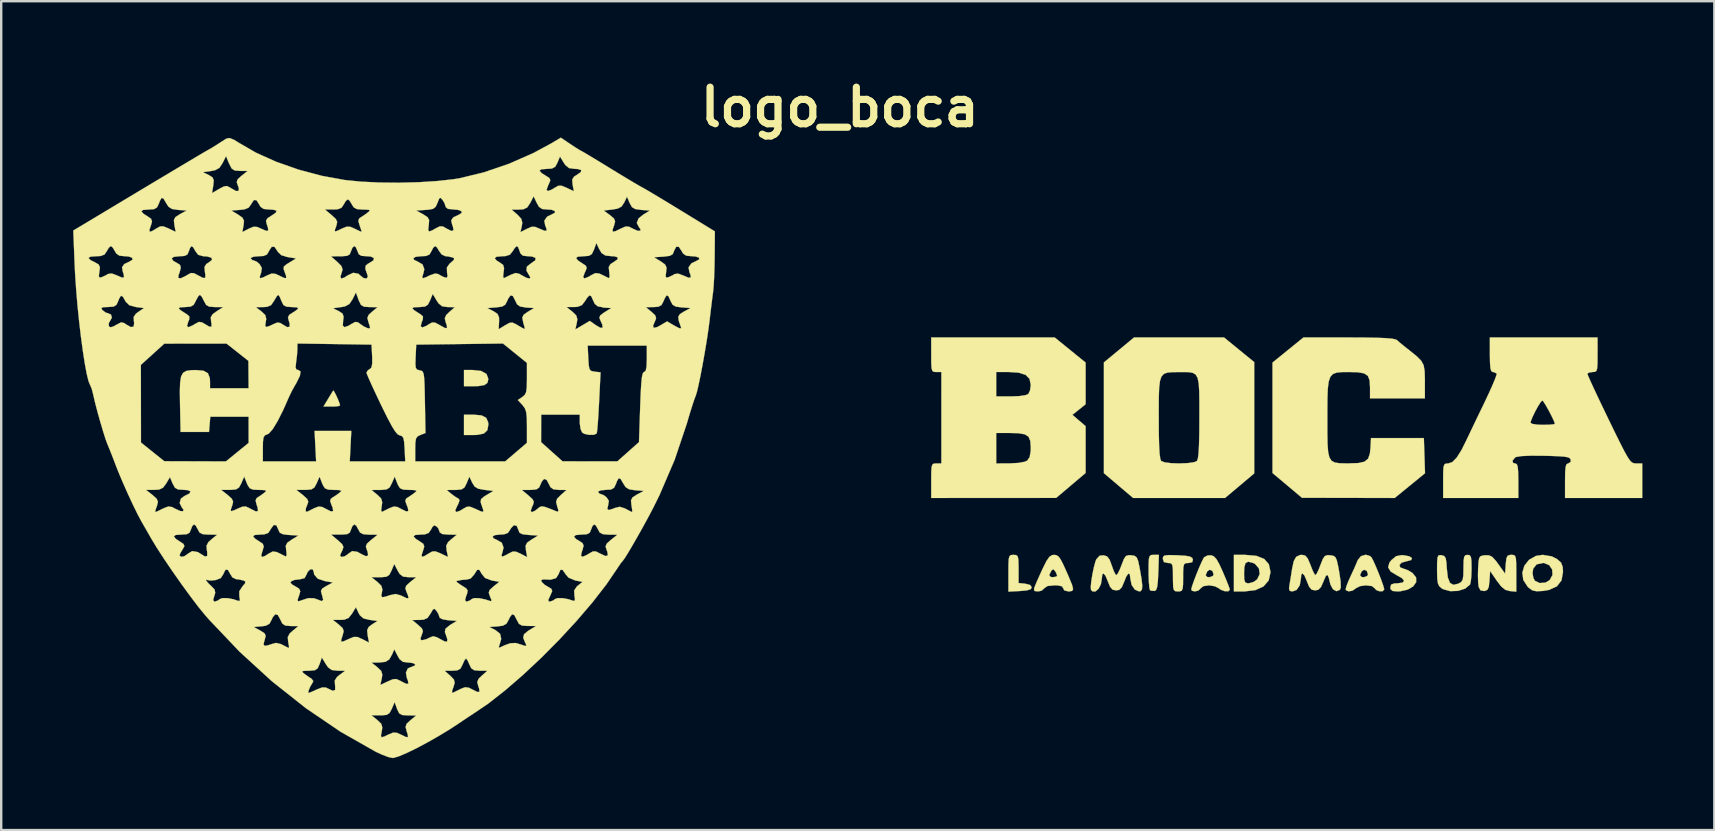
<source format=kicad_pcb>
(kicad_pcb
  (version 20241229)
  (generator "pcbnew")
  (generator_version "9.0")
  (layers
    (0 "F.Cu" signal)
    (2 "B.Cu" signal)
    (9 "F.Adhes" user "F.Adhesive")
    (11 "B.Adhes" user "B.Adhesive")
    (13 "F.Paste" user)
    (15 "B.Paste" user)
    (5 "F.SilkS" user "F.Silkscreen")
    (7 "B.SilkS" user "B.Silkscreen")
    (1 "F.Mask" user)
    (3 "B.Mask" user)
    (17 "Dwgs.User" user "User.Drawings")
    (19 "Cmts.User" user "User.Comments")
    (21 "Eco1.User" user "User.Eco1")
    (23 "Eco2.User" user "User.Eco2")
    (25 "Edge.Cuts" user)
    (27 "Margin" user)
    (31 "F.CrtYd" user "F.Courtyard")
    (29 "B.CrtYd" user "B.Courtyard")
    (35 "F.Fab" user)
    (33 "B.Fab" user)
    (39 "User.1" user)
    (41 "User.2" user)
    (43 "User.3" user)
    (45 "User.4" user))
  (footprint "logo_boca"
    (layer "F.Cu")
    (at 32.2 13.418)
    (property "Reference" "logo_boca" (at -0.25 -12 0) (layer "F.SilkS") (effects (font (size 1.524 1.524) (thickness 0.3))))
    (attr through_hole)
    (fp_poly (pts (xy -15.198 -1.007) (xy -14.974 -0.883) (xy -14.897 -0.677) (xy -14.897 -0.673) (xy -14.934 -0.514) (xy -15.062 -0.42) (xy -15.311 -0.377) (xy -15.539 -0.371) (xy -15.913 -0.371) (xy -15.913 -1.048) (xy -15.569 -1.048) (xy -15.198 -1.007)) (stroke (width 0.01) (type solid)) (fill yes) (layer "F.SilkS"))
    (fp_poly (pts (xy -15.178 0.845) (xy -14.985 0.946) (xy -14.904 1.134) (xy -14.897 1.238) (xy -14.94 1.467) (xy -15.086 1.601) (xy -15.358 1.657) (xy -15.507 1.661) (xy -15.913 1.661) (xy -15.913 0.815) (xy -15.507 0.815) (xy -15.178 0.845)) (stroke (width 0.01) (type solid)) (fill yes) (layer "F.SilkS"))
    (fp_poly (pts (xy -21.319 -0.145) (xy -21.243 0.002) (xy -21.159 0.188) (xy -21.096 0.354) (xy -21.078 0.431) (xy -21.153 0.459) (xy -21.342 0.475) (xy -21.424 0.476) (xy -21.769 0.476) (xy -21.578 0.159) (xy -21.456 -0.042) (xy -21.375 -0.173) (xy -21.361 -0.193) (xy -21.319 -0.145)) (stroke (width 0.01) (type solid)) (fill yes) (layer "F.SilkS"))
    (fp_poly (pts (xy 13.025 7.397) (xy 13.006 7.768) (xy 12.977 8) (xy 12.931 8.122) (xy 12.869 8.161) (xy 12.719 8.151) (xy 12.679 8.127) (xy 12.651 8.02) (xy 12.631 7.788) (xy 12.62 7.474) (xy 12.619 7.362) (xy 12.621 7.018) (xy 12.634 6.809) (xy 12.668 6.702) (xy 12.733 6.662) (xy 12.834 6.657) (xy 13.049 6.657) (xy 13.025 7.397)) (stroke (width 0.01) (type solid)) (fill yes) (layer "F.SilkS"))
    (fp_poly (pts (xy 7.1 6.665) (xy 7.163 6.717) (xy 7.192 6.847) (xy 7.2 7.094) (xy 7.201 7.244) (xy 7.201 7.831) (xy 7.476 7.858) (xy 7.687 7.914) (xy 7.751 8.011) (xy 7.704 8.09) (xy 7.544 8.138) (xy 7.264 8.164) (xy 6.777 8.189) (xy 6.777 7.423) (xy 6.779 7.061) (xy 6.79 6.836) (xy 6.819 6.715) (xy 6.876 6.666) (xy 6.969 6.657) (xy 6.989 6.657) (xy 7.1 6.665)) (stroke (width 0.01) (type solid)) (fill yes) (layer "F.SilkS"))
    (fp_poly (pts (xy 17.112 6.698) (xy 17.438 6.827) (xy 17.632 7.048) (xy 17.699 7.366) (xy 17.699 7.389) (xy 17.626 7.721) (xy 17.412 7.97) (xy 17.07 8.126) (xy 16.612 8.181) (xy 16.603 8.181) (xy 16.175 8.181) (xy 16.175 7.424) (xy 16.599 7.424) (xy 16.606 7.674) (xy 16.643 7.798) (xy 16.728 7.839) (xy 16.797 7.842) (xy 17.006 7.781) (xy 17.146 7.676) (xy 17.251 7.453) (xy 17.216 7.22) (xy 17.057 7.035) (xy 16.97 6.992) (xy 16.774 6.943) (xy 16.66 6.997) (xy 16.609 7.178) (xy 16.599 7.424) (xy 16.175 7.424) (xy 16.175 6.657) (xy 16.645 6.657) (xy 17.112 6.698)) (stroke (width 0.01) (type solid)) (fill yes) (layer "F.SilkS"))
    (fp_poly (pts (xy 13.708 6.67) (xy 13.825 6.674) (xy 14.153 6.694) (xy 14.346 6.728) (xy 14.44 6.786) (xy 14.466 6.847) (xy 14.442 6.961) (xy 14.29 6.995) (xy 14.277 6.995) (xy 14.163 7.003) (xy 14.098 7.052) (xy 14.068 7.178) (xy 14.059 7.419) (xy 14.059 7.588) (xy 14.056 7.898) (xy 14.037 8.075) (xy 13.991 8.157) (xy 13.903 8.18) (xy 13.847 8.181) (xy 13.736 8.172) (xy 13.673 8.121) (xy 13.644 7.992) (xy 13.636 7.746) (xy 13.635 7.588) (xy 13.632 7.278) (xy 13.614 7.101) (xy 13.568 7.019) (xy 13.48 6.996) (xy 13.424 6.995) (xy 13.258 6.956) (xy 13.212 6.822) (xy 13.225 6.733) (xy 13.288 6.684) (xy 13.437 6.666) (xy 13.708 6.67)) (stroke (width 0.01) (type solid)) (fill yes) (layer "F.SilkS"))
    (fp_poly (pts (xy 23.26 6.673) (xy 23.494 6.72) (xy 23.598 6.796) (xy 23.561 6.873) (xy 23.375 6.924) (xy 23.356 6.926) (xy 23.161 6.984) (xy 23.074 7.083) (xy 23.109 7.181) (xy 23.245 7.232) (xy 23.437 7.301) (xy 23.617 7.411) (xy 23.768 7.598) (xy 23.772 7.792) (xy 23.649 7.969) (xy 23.42 8.105) (xy 23.103 8.176) (xy 22.987 8.181) (xy 22.784 8.161) (xy 22.704 8.085) (xy 22.695 8.011) (xy 22.727 7.896) (xy 22.854 7.848) (xy 22.998 7.842) (xy 23.21 7.812) (xy 23.266 7.732) (xy 23.168 7.619) (xy 22.98 7.516) (xy 22.708 7.352) (xy 22.602 7.176) (xy 22.658 6.977) (xy 22.742 6.871) (xy 22.938 6.711) (xy 23.163 6.668) (xy 23.26 6.673)) (stroke (width 0.01) (type solid)) (fill yes) (layer "F.SilkS"))
    (fp_poly (pts (xy 29.423 6.72) (xy 29.645 6.832) (xy 29.809 6.98) (xy 29.879 7.159) (xy 29.891 7.367) (xy 29.829 7.72) (xy 29.637 7.968) (xy 29.312 8.117) (xy 29.054 8.161) (xy 28.783 8.174) (xy 28.607 8.133) (xy 28.454 8.02) (xy 28.416 7.983) (xy 28.235 7.702) (xy 28.199 7.419) (xy 28.621 7.419) (xy 28.658 7.625) (xy 28.723 7.74) (xy 28.92 7.832) (xy 29.159 7.813) (xy 29.335 7.709) (xy 29.453 7.495) (xy 29.44 7.27) (xy 29.316 7.086) (xy 29.1 6.997) (xy 29.059 6.995) (xy 28.793 7.053) (xy 28.65 7.229) (xy 28.621 7.419) (xy 28.199 7.419) (xy 28.196 7.398) (xy 28.282 7.106) (xy 28.477 6.862) (xy 28.762 6.701) (xy 29.046 6.657) (xy 29.423 6.72)) (stroke (width 0.01) (type solid)) (fill yes) (layer "F.SilkS"))
    (fp_poly (pts (xy 27.835 6.663) (xy 27.896 6.704) (xy 27.928 6.813) (xy 27.941 7.021) (xy 27.944 7.361) (xy 27.944 7.424) (xy 27.944 8.191) (xy 27.676 8.165) (xy 27.488 8.114) (xy 27.319 7.978) (xy 27.131 7.734) (xy 26.853 7.329) (xy 26.827 7.734) (xy 26.799 7.985) (xy 26.742 8.112) (xy 26.634 8.162) (xy 26.613 8.165) (xy 26.452 8.137) (xy 26.376 7.993) (xy 26.354 7.805) (xy 26.346 7.516) (xy 26.352 7.247) (xy 26.369 6.952) (xy 26.399 6.786) (xy 26.462 6.709) (xy 26.579 6.68) (xy 26.644 6.673) (xy 26.811 6.676) (xy 26.946 6.745) (xy 27.096 6.91) (xy 27.195 7.044) (xy 27.478 7.44) (xy 27.504 7.048) (xy 27.53 6.808) (xy 27.582 6.693) (xy 27.687 6.658) (xy 27.737 6.657) (xy 27.835 6.663)) (stroke (width 0.01) (type solid)) (fill yes) (layer "F.SilkS"))
    (fp_poly (pts (xy 26.002 6.673) (xy 26.053 6.747) (xy 26.075 6.915) (xy 26.08 7.214) (xy 26.08 7.228) (xy 26.071 7.532) (xy 26.047 7.772) (xy 26.017 7.893) (xy 25.813 8.063) (xy 25.516 8.158) (xy 25.19 8.169) (xy 24.898 8.089) (xy 24.83 8.049) (xy 24.732 7.961) (xy 24.676 7.839) (xy 24.649 7.638) (xy 24.642 7.317) (xy 24.642 7.281) (xy 24.645 6.958) (xy 24.66 6.771) (xy 24.699 6.684) (xy 24.772 6.666) (xy 24.832 6.672) (xy 24.939 6.705) (xy 25 6.791) (xy 25.032 6.973) (xy 25.048 7.221) (xy 25.09 7.599) (xy 25.179 7.823) (xy 25.322 7.906) (xy 25.53 7.858) (xy 25.534 7.856) (xy 25.647 7.789) (xy 25.71 7.689) (xy 25.737 7.51) (xy 25.743 7.209) (xy 25.748 6.91) (xy 25.771 6.744) (xy 25.824 6.672) (xy 25.912 6.657) (xy 26.002 6.673)) (stroke (width 0.01) (type solid)) (fill yes) (layer "F.SilkS"))
    (fp_poly (pts (xy 15.336 6.716) (xy 15.445 6.83) (xy 15.568 7.046) (xy 15.715 7.369) (xy 15.847 7.681) (xy 15.948 7.933) (xy 16.001 8.086) (xy 16.006 8.11) (xy 15.941 8.174) (xy 15.792 8.171) (xy 15.626 8.109) (xy 15.552 8.054) (xy 15.383 7.966) (xy 15.147 7.927) (xy 15.132 7.927) (xy 14.896 7.963) (xy 14.79 8.054) (xy 14.695 8.144) (xy 14.549 8.18) (xy 14.427 8.153) (xy 14.397 8.097) (xy 14.429 7.968) (xy 14.51 7.736) (xy 14.598 7.506) (xy 14.997 7.506) (xy 15.063 7.579) (xy 15.159 7.588) (xy 15.297 7.537) (xy 15.329 7.466) (xy 15.277 7.322) (xy 15.164 7.277) (xy 15.066 7.344) (xy 14.997 7.506) (xy 14.598 7.506) (xy 14.62 7.449) (xy 14.739 7.159) (xy 14.848 6.915) (xy 14.926 6.767) (xy 14.933 6.758) (xy 15.076 6.682) (xy 15.221 6.674) (xy 15.336 6.716)) (stroke (width 0.01) (type solid)) (fill yes) (layer "F.SilkS"))
    (fp_poly (pts (xy 21.858 6.712) (xy 21.909 6.763) (xy 21.98 6.893) (xy 22.085 7.126) (xy 22.204 7.413) (xy 22.316 7.702) (xy 22.401 7.944) (xy 22.44 8.088) (xy 22.441 8.097) (xy 22.378 8.17) (xy 22.24 8.174) (xy 22.102 8.12) (xy 22.048 8.054) (xy 21.923 7.957) (xy 21.68 7.927) (xy 21.435 7.96) (xy 21.266 8.042) (xy 21.255 8.054) (xy 21.116 8.15) (xy 20.957 8.178) (xy 20.847 8.132) (xy 20.832 8.083) (xy 20.866 7.958) (xy 20.954 7.736) (xy 21.044 7.537) (xy 21.058 7.506) (xy 21.431 7.506) (xy 21.498 7.579) (xy 21.594 7.588) (xy 21.731 7.537) (xy 21.763 7.466) (xy 21.711 7.322) (xy 21.599 7.277) (xy 21.501 7.344) (xy 21.431 7.506) (xy 21.058 7.506) (xy 21.177 7.249) (xy 21.29 6.991) (xy 21.338 6.872) (xy 21.473 6.709) (xy 21.669 6.651) (xy 21.858 6.712)) (stroke (width 0.01) (type solid)) (fill yes) (layer "F.SilkS"))
    (fp_poly (pts (xy 8.774 6.668) (xy 8.86 6.721) (xy 8.95 6.839) (xy 9.06 7.05) (xy 9.208 7.377) (xy 9.311 7.616) (xy 9.43 7.906) (xy 9.473 8.076) (xy 9.44 8.156) (xy 9.328 8.18) (xy 9.275 8.181) (xy 9.105 8.137) (xy 9.063 8.054) (xy 9.012 7.969) (xy 8.84 7.931) (xy 8.691 7.927) (xy 8.409 7.955) (xy 8.276 8.042) (xy 8.271 8.054) (xy 8.158 8.151) (xy 8.01 8.181) (xy 7.862 8.162) (xy 7.843 8.073) (xy 7.876 7.974) (xy 7.951 7.794) (xy 8.073 7.52) (xy 8.082 7.5) (xy 8.478 7.5) (xy 8.535 7.577) (xy 8.64 7.588) (xy 8.777 7.561) (xy 8.808 7.524) (xy 8.765 7.406) (xy 8.723 7.334) (xy 8.644 7.25) (xy 8.568 7.317) (xy 8.557 7.334) (xy 8.478 7.5) (xy 8.082 7.5) (xy 8.214 7.212) (xy 8.364 6.913) (xy 8.482 6.742) (xy 8.593 6.668) (xy 8.674 6.657) (xy 8.774 6.668)) (stroke (width 0.01) (type solid)) (fill yes) (layer "F.SilkS"))
    (fp_poly (pts (xy 16.394 -1.889) (xy 17.022 -1.376) (xy 17.022 3.262) (xy 15.805 4.286) (xy 11.976 4.286) (xy 11.366 3.769) (xy 10.757 3.252) (xy 10.757 0.652) (xy 13.043 0.652) (xy 13.043 0.955) (xy 13.046 1.604) (xy 13.058 2.096) (xy 13.078 2.443) (xy 13.108 2.656) (xy 13.144 2.745) (xy 13.286 2.8) (xy 13.561 2.836) (xy 13.889 2.847) (xy 14.253 2.833) (xy 14.515 2.795) (xy 14.634 2.745) (xy 14.673 2.645) (xy 14.702 2.423) (xy 14.721 2.068) (xy 14.733 1.568) (xy 14.736 0.928) (xy 14.736 0.315) (xy 14.73 -0.149) (xy 14.709 -0.485) (xy 14.663 -0.713) (xy 14.583 -0.855) (xy 14.459 -0.93) (xy 14.282 -0.959) (xy 14.043 -0.962) (xy 13.874 -0.961) (xy 13.606 -0.958) (xy 13.403 -0.94) (xy 13.256 -0.885) (xy 13.155 -0.774) (xy 13.093 -0.585) (xy 13.059 -0.298) (xy 13.045 0.107) (xy 13.043 0.652) (xy 10.757 0.652) (xy 10.757 -1.364) (xy 11.385 -1.883) (xy 12.012 -2.403) (xy 15.765 -2.403) (xy 16.394 -1.889)) (stroke (width 0.01) (type solid)) (fill yes) (layer "F.SilkS"))
    (fp_poly (pts (xy 11.899 6.674) (xy 12.038 6.698) (xy 12.124 6.764) (xy 12.184 6.909) (xy 12.241 7.174) (xy 12.255 7.249) (xy 12.326 7.662) (xy 12.356 7.937) (xy 12.343 8.097) (xy 12.288 8.169) (xy 12.227 8.181) (xy 12.046 8.105) (xy 11.912 7.909) (xy 11.86 7.652) (xy 11.836 7.465) (xy 11.775 7.437) (xy 11.687 7.564) (xy 11.601 7.779) (xy 11.503 8.01) (xy 11.395 8.116) (xy 11.265 8.138) (xy 11.118 8.107) (xy 11.014 7.987) (xy 10.929 7.779) (xy 10.825 7.531) (xy 10.741 7.43) (xy 10.687 7.481) (xy 10.672 7.636) (xy 10.633 7.879) (xy 10.534 8.071) (xy 10.407 8.182) (xy 10.28 8.18) (xy 10.22 8.117) (xy 10.209 7.994) (xy 10.231 7.762) (xy 10.277 7.473) (xy 10.337 7.181) (xy 10.402 6.941) (xy 10.44 6.843) (xy 10.578 6.692) (xy 10.748 6.674) (xy 10.891 6.722) (xy 10.994 6.855) (xy 11.085 7.101) (xy 11.169 7.332) (xy 11.245 7.478) (xy 11.276 7.503) (xy 11.339 7.431) (xy 11.429 7.243) (xy 11.494 7.076) (xy 11.59 6.829) (xy 11.676 6.705) (xy 11.788 6.669) (xy 11.899 6.674)) (stroke (width 0.01) (type solid)) (fill yes) (layer "F.SilkS"))
    (fp_poly (pts (xy 19.149 6.688) (xy 19.251 6.805) (xy 19.355 7.047) (xy 19.367 7.08) (xy 19.46 7.316) (xy 19.54 7.47) (xy 19.573 7.503) (xy 19.631 7.431) (xy 19.718 7.244) (xy 19.783 7.076) (xy 19.881 6.828) (xy 19.967 6.705) (xy 20.079 6.668) (xy 20.191 6.674) (xy 20.318 6.695) (xy 20.402 6.75) (xy 20.461 6.874) (xy 20.515 7.105) (xy 20.563 7.363) (xy 20.621 7.758) (xy 20.63 8.005) (xy 20.593 8.115) (xy 20.446 8.171) (xy 20.301 8.088) (xy 20.199 7.895) (xy 20.192 7.867) (xy 20.126 7.598) (xy 20.069 7.489) (xy 20.007 7.535) (xy 19.922 7.73) (xy 19.912 7.757) (xy 19.805 7.997) (xy 19.696 8.111) (xy 19.56 8.138) (xy 19.414 8.107) (xy 19.31 7.984) (xy 19.226 7.779) (xy 19.122 7.531) (xy 19.038 7.43) (xy 18.984 7.481) (xy 18.969 7.636) (xy 18.92 7.925) (xy 18.788 8.119) (xy 18.618 8.181) (xy 18.502 8.158) (xy 18.472 8.056) (xy 18.492 7.905) (xy 18.537 7.641) (xy 18.586 7.327) (xy 18.598 7.249) (xy 18.667 6.925) (xy 18.77 6.739) (xy 18.929 6.663) (xy 19.019 6.657) (xy 19.149 6.688)) (stroke (width 0.01) (type solid)) (fill yes) (layer "F.SilkS"))
    (fp_poly (pts (xy 9.351 -1.88) (xy 9.995 -1.357) (xy 9.995 0.379) (xy 9.72 0.6) (xy 9.444 0.821) (xy 9.72 1.057) (xy 9.995 1.293) (xy 9.995 3.244) (xy 9.381 3.764) (xy 8.767 4.283) (xy 3.56 4.286) (xy 3.56 3.566) (xy 3.562 3.218) (xy 3.574 3.005) (xy 3.607 2.895) (xy 3.67 2.853) (xy 3.772 2.847) (xy 3.983 2.847) (xy 3.983 1.577) (xy 6.269 1.577) (xy 6.269 2.847) (xy 6.841 2.844) (xy 7.192 2.825) (xy 7.456 2.776) (xy 7.561 2.729) (xy 7.661 2.586) (xy 7.705 2.335) (xy 7.709 2.184) (xy 7.69 1.911) (xy 7.616 1.733) (xy 7.456 1.632) (xy 7.182 1.586) (xy 6.825 1.577) (xy 6.269 1.577) (xy 3.983 1.577) (xy 3.983 -0.963) (xy 6.269 -0.963) (xy 6.269 0.053) (xy 6.887 0.053) (xy 7.238 0.039) (xy 7.493 -0.000041) (xy 7.607 -0.049) (xy 7.679 -0.2) (xy 7.709 -0.423) (xy 7.709 -0.425) (xy 7.658 -0.678) (xy 7.494 -0.845) (xy 7.202 -0.937) (xy 6.801 -0.963) (xy 6.269 -0.963) (xy 3.983 -0.963) (xy 3.772 -0.963) (xy 3.669 -0.97) (xy 3.607 -1.012) (xy 3.574 -1.123) (xy 3.562 -1.337) (xy 3.56 -1.683) (xy 3.56 -2.403) (xy 8.707 -2.403) (xy 9.351 -1.88)) (stroke (width 0.01) (type solid)) (fill yes) (layer "F.SilkS"))
    (fp_poly (pts (xy 21.633 -2.4) (xy 22.149 -2.391) (xy 22.527 -2.375) (xy 22.78 -2.351) (xy 22.925 -2.319) (xy 22.964 -2.297) (xy 23.088 -2.19) (xy 23.296 -2.02) (xy 23.499 -1.86) (xy 23.794 -1.622) (xy 23.98 -1.435) (xy 24.082 -1.248) (xy 24.124 -1.008) (xy 24.134 -0.665) (xy 24.134 -0.566) (xy 24.134 0.137) (xy 21.848 0.137) (xy 21.848 -0.325) (xy 21.831 -0.615) (xy 21.759 -0.801) (xy 21.603 -0.907) (xy 21.335 -0.954) (xy 20.983 -0.963) (xy 20.69 -0.961) (xy 20.467 -0.941) (xy 20.305 -0.882) (xy 20.195 -0.765) (xy 20.126 -0.567) (xy 20.088 -0.27) (xy 20.073 0.148) (xy 20.07 0.707) (xy 20.07 0.958) (xy 20.07 1.569) (xy 20.078 2.031) (xy 20.102 2.365) (xy 20.154 2.592) (xy 20.242 2.732) (xy 20.376 2.807) (xy 20.567 2.838) (xy 20.824 2.844) (xy 20.964 2.844) (xy 21.359 2.831) (xy 21.617 2.773) (xy 21.768 2.649) (xy 21.842 2.437) (xy 21.865 2.212) (xy 21.89 1.788) (xy 24.092 1.788) (xy 24.116 2.521) (xy 24.14 3.254) (xy 23.509 3.77) (xy 22.877 4.286) (xy 20.944 4.282) (xy 19.012 4.278) (xy 18.398 3.762) (xy 17.784 3.246) (xy 17.784 -1.357) (xy 18.428 -1.88) (xy 19.072 -2.403) (xy 20.962 -2.403) (xy 21.633 -2.4)) (stroke (width 0.01) (type solid)) (fill yes) (layer "F.SilkS"))
    (fp_poly (pts (xy 31.331 -1.683) (xy 31.329 -1.335) (xy 31.316 -1.122) (xy 31.284 -1.011) (xy 31.221 -0.97) (xy 31.119 -0.963) (xy 30.96 -0.937) (xy 30.907 -0.885) (xy 30.943 -0.79) (xy 31.043 -0.565) (xy 31.197 -0.232) (xy 31.394 0.187) (xy 31.626 0.671) (xy 31.794 1.02) (xy 32.073 1.593) (xy 32.29 2.032) (xy 32.456 2.354) (xy 32.582 2.578) (xy 32.679 2.721) (xy 32.76 2.802) (xy 32.834 2.837) (xy 32.914 2.846) (xy 32.937 2.847) (xy 33.193 2.847) (xy 33.193 4.286) (xy 29.976 4.286) (xy 29.976 3.566) (xy 29.981 3.209) (xy 30 2.991) (xy 30.037 2.88) (xy 30.1 2.847) (xy 30.109 2.847) (xy 30.21 2.784) (xy 30.214 2.699) (xy 30.184 2.637) (xy 30.105 2.593) (xy 29.95 2.564) (xy 29.69 2.545) (xy 29.299 2.531) (xy 29.098 2.527) (xy 28.546 2.523) (xy 28.161 2.54) (xy 27.939 2.577) (xy 27.892 2.6) (xy 27.785 2.736) (xy 27.814 2.828) (xy 27.902 2.847) (xy 27.965 2.877) (xy 28.004 2.989) (xy 28.023 3.212) (xy 28.029 3.566) (xy 28.029 4.286) (xy 24.896 4.286) (xy 24.896 3.566) (xy 24.898 3.218) (xy 24.91 3.005) (xy 24.943 2.895) (xy 25.006 2.853) (xy 25.107 2.847) (xy 25.277 2.79) (xy 25.457 2.609) (xy 25.658 2.292) (xy 25.867 1.873) (xy 25.96 1.677) (xy 26.109 1.365) (xy 26.212 1.151) (xy 28.537 1.151) (xy 28.615 1.199) (xy 28.823 1.23) (xy 29.045 1.238) (xy 29.313 1.232) (xy 29.497 1.216) (xy 29.553 1.198) (xy 29.516 1.084) (xy 29.423 0.885) (xy 29.301 0.65) (xy 29.177 0.429) (xy 29.076 0.27) (xy 29.028 0.222) (xy 28.959 0.291) (xy 28.85 0.464) (xy 28.726 0.69) (xy 28.617 0.917) (xy 28.548 1.094) (xy 28.537 1.151) (xy 26.212 1.151) (xy 26.296 0.974) (xy 26.505 0.542) (xy 26.597 0.352) (xy 26.791 -0.059) (xy 26.952 -0.416) (xy 27.067 -0.693) (xy 27.125 -0.861) (xy 27.128 -0.897) (xy 27.018 -0.958) (xy 26.965 -0.963) (xy 26.904 -0.998) (xy 26.866 -1.121) (xy 26.848 -1.361) (xy 26.843 -1.683) (xy 26.843 -2.403) (xy 31.331 -2.403) (xy 31.331 -1.683)) (stroke (width 0.01) (type solid)) (fill yes) (layer "F.SilkS"))
    (fp_poly (pts (xy -11.477 -10.461) (xy -11.256 -10.315) (xy -11.099 -10.217) (xy -11.05 -10.192) (xy -10.972 -10.15) (xy -10.774 -10.034) (xy -10.482 -9.858) (xy -10.12 -9.638) (xy -9.848 -9.471) (xy -9.439 -9.221) (xy -9.07 -8.999) (xy -8.77 -8.82) (xy -8.568 -8.703) (xy -8.505 -8.669) (xy -8.383 -8.601) (xy -8.141 -8.46) (xy -7.806 -8.259) (xy -7.401 -8.015) (xy -6.953 -7.742) (xy -6.896 -7.707) (xy -5.457 -6.825) (xy -5.465 -5.778) (xy -5.473 -5.327) (xy -5.488 -4.894) (xy -5.509 -4.531) (xy -5.53 -4.308) (xy -5.568 -4.022) (xy -5.615 -3.639) (xy -5.664 -3.23) (xy -5.676 -3.122) (xy -5.728 -2.727) (xy -5.797 -2.266) (xy -5.879 -1.773) (xy -5.967 -1.28) (xy -6.054 -0.821) (xy -6.136 -0.428) (xy -6.205 -0.133) (xy -6.256 0.031) (xy -6.26 0.039) (xy -6.312 0.172) (xy -6.397 0.431) (xy -6.506 0.779) (xy -6.624 1.18) (xy -6.629 1.196) (xy -7.133 2.695) (xy -7.77 4.179) (xy -8.012 4.667) (xy -8.205 5.036) (xy -8.423 5.437) (xy -8.649 5.841) (xy -8.866 6.219) (xy -9.056 6.542) (xy -9.204 6.78) (xy -9.292 6.903) (xy -9.3 6.911) (xy -9.379 7.005) (xy -9.497 7.181) (xy -9.514 7.207) (xy -9.978 7.89) (xy -10.553 8.63) (xy -11.213 9.402) (xy -11.932 10.18) (xy -12.686 10.941) (xy -13.451 11.658) (xy -14.201 12.307) (xy -14.912 12.863) (xy -15.558 13.3) (xy -15.563 13.303) (xy -15.71 13.398) (xy -15.935 13.548) (xy -16.083 13.649) (xy -16.506 13.927) (xy -16.968 14.207) (xy -17.439 14.475) (xy -17.891 14.715) (xy -18.296 14.912) (xy -18.623 15.051) (xy -18.846 15.118) (xy -18.887 15.122) (xy -19.065 15.083) (xy -19.33 14.983) (xy -19.596 14.859) (xy -21.062 14.025) (xy -22.06 13.346) (xy -19.766 13.346) (xy -19.522 13.541) (xy -19.361 13.697) (xy -19.316 13.85) (xy -19.339 14.006) (xy -19.374 14.194) (xy -19.347 14.261) (xy -19.225 14.225) (xy -19.063 14.145) (xy -18.864 14.064) (xy -18.708 14.073) (xy -18.546 14.145) (xy -18.336 14.247) (xy -18.248 14.253) (xy -18.255 14.149) (xy -18.3 14.014) (xy -18.347 13.827) (xy -18.304 13.698) (xy -18.147 13.551) (xy -17.903 13.351) (xy -18.255 13.348) (xy -18.485 13.332) (xy -18.61 13.263) (xy -18.692 13.102) (xy -18.704 13.07) (xy -18.802 12.795) (xy -18.92 13.07) (xy -19.013 13.245) (xy -19.134 13.325) (xy -19.348 13.345) (xy -19.402 13.346) (xy -19.766 13.346) (xy -22.06 13.346) (xy -22.51 13.04) (xy -23.92 11.923) (xy -24.363 11.517) (xy -22.661 11.517) (xy -22.608 11.58) (xy -22.56 11.618) (xy -22.377 11.749) (xy -22.267 11.819) (xy -22.192 11.916) (xy -22.233 12.004) (xy -22.322 12.15) (xy -22.387 12.306) (xy -22.402 12.405) (xy -22.391 12.414) (xy -22.298 12.381) (xy -22.113 12.299) (xy -22.05 12.269) (xy -21.825 12.182) (xy -21.67 12.185) (xy -21.583 12.227) (xy -21.381 12.323) (xy -21.282 12.287) (xy -21.281 12.118) (xy -21.287 12.086) (xy -21.299 11.894) (xy -21.205 11.748) (xy -21.104 11.665) (xy -20.866 11.488) (xy -21.185 11.485) (xy -21.423 11.456) (xy -21.578 11.343) (xy -21.67 11.21) (xy -21.709 11.145) (xy -19.766 11.145) (xy -19.522 11.339) (xy -19.361 11.495) (xy -19.316 11.648) (xy -19.339 11.807) (xy -19.399 12.079) (xy -19.089 11.932) (xy -18.879 11.842) (xy -18.737 11.831) (xy -18.578 11.899) (xy -18.52 11.932) (xy -18.314 12.034) (xy -18.228 12.024) (xy -18.251 11.894) (xy -18.293 11.792) (xy -18.333 11.565) (xy -18.297 11.488) (xy -16.718 11.488) (xy -16.485 11.693) (xy -16.334 11.85) (xy -16.3 11.986) (xy -16.337 12.119) (xy -16.408 12.324) (xy -16.41 12.405) (xy -16.358 12.397) (xy -16.243 12.34) (xy -16.055 12.247) (xy -16.053 12.245) (xy -15.866 12.173) (xy -15.71 12.193) (xy -15.554 12.272) (xy -15.35 12.373) (xy -15.265 12.362) (xy -15.282 12.228) (xy -15.318 12.125) (xy -15.359 11.955) (xy -15.303 11.821) (xy -15.172 11.693) (xy -14.94 11.488) (xy -15.265 11.485) (xy -15.489 11.465) (xy -15.612 11.38) (xy -15.685 11.229) (xy -15.764 11.054) (xy -15.826 10.975) (xy -15.829 10.975) (xy -15.888 11.045) (xy -15.967 11.215) (xy -15.972 11.229) (xy -16.06 11.399) (xy -16.194 11.471) (xy -16.393 11.485) (xy -16.718 11.488) (xy -18.297 11.488) (xy -18.252 11.388) (xy -18.073 11.314) (xy -18.062 11.313) (xy -17.956 11.264) (xy -17.945 11.229) (xy -18.02 11.173) (xy -18.202 11.145) (xy -18.239 11.144) (xy -18.458 11.116) (xy -18.598 11.001) (xy -18.676 10.869) (xy -18.818 10.595) (xy -18.908 10.806) (xy -19.026 11.014) (xy -19.185 11.115) (xy -19.444 11.143) (xy -19.469 11.143) (xy -19.766 11.145) (xy -21.709 11.145) (xy -21.836 10.937) (xy -21.931 11.21) (xy -22.01 11.385) (xy -22.124 11.464) (xy -22.336 11.485) (xy -22.377 11.485) (xy -22.592 11.492) (xy -22.661 11.517) (xy -24.363 11.517) (xy -25.267 10.691) (xy -26.245 9.662) (xy -24.676 9.662) (xy -24.404 9.811) (xy -24.227 9.924) (xy -24.176 10.03) (xy -24.215 10.183) (xy -24.268 10.379) (xy -24.215 10.453) (xy -24.042 10.416) (xy -23.966 10.386) (xy -23.745 10.326) (xy -23.545 10.374) (xy -23.476 10.408) (xy -23.303 10.497) (xy -23.21 10.542) (xy -23.209 10.542) (xy -23.206 10.477) (xy -23.235 10.306) (xy -23.239 10.287) (xy -23.257 10.087) (xy -23.18 9.938) (xy -23.056 9.824) (xy -22.814 9.626) (xy -23.139 9.623) (xy -23.363 9.602) (xy -23.486 9.517) (xy -23.559 9.367) (xy -21.374 9.367) (xy -21.128 9.564) (xy -20.97 9.709) (xy -20.926 9.836) (xy -20.973 10.023) (xy -20.976 10.029) (xy -21.034 10.211) (xy -21.021 10.28) (xy -20.907 10.251) (xy -20.713 10.161) (xy -20.508 10.078) (xy -20.352 10.079) (xy -20.152 10.168) (xy -20.149 10.169) (xy -19.871 10.313) (xy -19.927 10.013) (xy -19.948 9.797) (xy -19.885 9.663) (xy -19.75 9.56) (xy -19.517 9.408) (xy -19.804 9.372) (xy -18.072 9.372) (xy -17.824 9.575) (xy -17.665 9.723) (xy -17.623 9.842) (xy -17.674 9.996) (xy -17.73 10.152) (xy -17.693 10.209) (xy -17.646 10.213) (xy -17.476 10.17) (xy -17.35 10.107) (xy -17.198 10.048) (xy -17.036 10.093) (xy -16.949 10.142) (xy -16.726 10.261) (xy -16.617 10.275) (xy -16.605 10.181) (xy -16.614 10.149) (xy -16.682 9.944) (xy -16.71 9.872) (xy -16.684 9.736) (xy -16.594 9.662) (xy -14.855 9.662) (xy -14.601 9.792) (xy -14.408 9.947) (xy -14.361 10.157) (xy -14.433 10.412) (xy -14.465 10.509) (xy -14.423 10.521) (xy -14.271 10.451) (xy -14.223 10.426) (xy -13.978 10.34) (xy -13.762 10.33) (xy -13.753 10.332) (xy -13.532 10.396) (xy -13.414 10.437) (xy -13.317 10.457) (xy -13.331 10.379) (xy -13.363 10.316) (xy -13.445 10.112) (xy -13.41 9.966) (xy -13.24 9.824) (xy -13.183 9.788) (xy -12.908 9.621) (xy -13.257 9.62) (xy -13.491 9.604) (xy -13.62 9.533) (xy -13.711 9.369) (xy -13.712 9.366) (xy -13.817 9.167) (xy -13.909 9.133) (xy -14.006 9.266) (xy -14.049 9.362) (xy -14.145 9.528) (xy -14.29 9.608) (xy -14.504 9.637) (xy -14.855 9.662) (xy -16.594 9.662) (xy -16.495 9.581) (xy -16.487 9.576) (xy -16.21 9.408) (xy -16.57 9.382) (xy -16.798 9.344) (xy -16.922 9.28) (xy -16.932 9.255) (xy -16.982 9.112) (xy -17.053 8.998) (xy -17.138 8.906) (xy -17.205 8.93) (xy -17.298 9.087) (xy -17.306 9.104) (xy -17.43 9.285) (xy -17.594 9.358) (xy -17.757 9.369) (xy -18.072 9.372) (xy -19.804 9.372) (xy -19.852 9.366) (xy -20.102 9.305) (xy -20.25 9.176) (xy -20.303 9.083) (xy -20.418 8.841) (xy -20.577 9.104) (xy -20.721 9.286) (xy -20.899 9.358) (xy -21.056 9.366) (xy -21.374 9.367) (xy -23.559 9.367) (xy -23.559 9.366) (xy -23.669 9.164) (xy -23.78 9.132) (xy -23.889 9.268) (xy -23.929 9.36) (xy -24.023 9.531) (xy -24.176 9.611) (xy -24.349 9.635) (xy -24.676 9.662) (xy -26.245 9.662) (xy -26.53 9.363) (xy -26.708 9.159) (xy -26.983 8.823) (xy -27.318 8.381) (xy -27.688 7.874) (xy -27.822 7.682) (xy -26.668 7.682) (xy -26.646 7.744) (xy -26.544 7.864) (xy -26.449 7.952) (xy -26.305 8.102) (xy -26.28 8.241) (xy -26.32 8.372) (xy -26.367 8.539) (xy -26.326 8.6) (xy -26.288 8.604) (xy -26.141 8.546) (xy -26.111 8.511) (xy -25.992 8.46) (xy -25.776 8.459) (xy -25.522 8.507) (xy -25.371 8.559) (xy -25.267 8.584) (xy -25.252 8.503) (xy -25.275 8.398) (xy -25.279 8.178) (xy -25.148 7.975) (xy -25.031 7.836) (xy -25.031 7.818) (xy -23.148 7.818) (xy -23.06 7.903) (xy -22.955 7.961) (xy -22.783 8.068) (xy -22.736 8.175) (xy -22.774 8.314) (xy -22.842 8.514) (xy -22.834 8.591) (xy -22.742 8.574) (xy -22.708 8.56) (xy -22.498 8.489) (xy -22.379 8.458) (xy -22.161 8.466) (xy -22.012 8.518) (xy -21.84 8.585) (xy -21.781 8.532) (xy -21.825 8.348) (xy -21.835 8.32) (xy -21.875 8.163) (xy -21.819 8.059) (xy -21.647 7.953) (xy -21.374 7.808) (xy -21.701 7.752) (xy -22.003 7.652) (xy -22.058 7.589) (xy -19.766 7.589) (xy -19.52 7.785) (xy -19.356 7.947) (xy -19.313 8.1) (xy -19.331 8.208) (xy -19.359 8.365) (xy -19.316 8.423) (xy -19.17 8.396) (xy -19.005 8.339) (xy -18.766 8.287) (xy -18.549 8.345) (xy -18.491 8.374) (xy -18.294 8.466) (xy -18.221 8.455) (xy -18.255 8.324) (xy -18.299 8.224) (xy -18.356 8.06) (xy -18.322 7.944) (xy -18.173 7.805) (xy -18.154 7.79) (xy -18.101 7.747) (xy -16.231 7.747) (xy -16.209 7.792) (xy -16.076 7.89) (xy -16.019 7.926) (xy -15.832 8.045) (xy -15.76 8.133) (xy -15.777 8.254) (xy -15.827 8.387) (xy -15.868 8.547) (xy -15.817 8.602) (xy -15.789 8.604) (xy -15.642 8.545) (xy -15.611 8.51) (xy -15.492 8.459) (xy -15.271 8.464) (xy -15.004 8.52) (xy -14.873 8.565) (xy -14.775 8.59) (xy -14.772 8.524) (xy -14.826 8.397) (xy -14.881 8.235) (xy -14.841 8.117) (xy -14.686 7.976) (xy -14.443 7.782) (xy -14.759 7.723) (xy -14.818 7.701) (xy -12.692 7.701) (xy -12.673 7.786) (xy -12.552 7.902) (xy -12.441 7.969) (xy -12.274 8.068) (xy -12.235 8.163) (xy -12.302 8.324) (xy -12.316 8.353) (xy -12.395 8.524) (xy -12.387 8.593) (xy -12.322 8.604) (xy -12.174 8.548) (xy -12.141 8.511) (xy -12.023 8.46) (xy -11.807 8.459) (xy -11.555 8.506) (xy -11.405 8.558) (xy -11.308 8.58) (xy -11.287 8.5) (xy -11.31 8.36) (xy -11.319 8.14) (xy -11.215 7.981) (xy -11.167 7.94) (xy -10.972 7.782) (xy -11.27 7.726) (xy -11.556 7.606) (xy -11.681 7.46) (xy -11.8 7.286) (xy -11.89 7.276) (xy -11.961 7.432) (xy -11.969 7.461) (xy -12.076 7.625) (xy -12.301 7.692) (xy -12.59 7.679) (xy -12.692 7.701) (xy -14.818 7.701) (xy -15.031 7.622) (xy -15.169 7.456) (xy -15.271 7.285) (xy -15.362 7.279) (xy -15.464 7.438) (xy -15.475 7.461) (xy -15.635 7.643) (xy -15.785 7.683) (xy -15.982 7.699) (xy -16.083 7.715) (xy -16.223 7.746) (xy -16.231 7.747) (xy -18.101 7.747) (xy -17.903 7.589) (xy -18.218 7.588) (xy -18.447 7.564) (xy -18.588 7.46) (xy -18.677 7.313) (xy -18.82 7.038) (xy -18.933 7.313) (xy -19.024 7.489) (xy -19.144 7.568) (xy -19.357 7.588) (xy -19.406 7.588) (xy -19.766 7.589) (xy -22.058 7.589) (xy -22.156 7.477) (xy -22.177 7.355) (xy -22.224 7.255) (xy -22.326 7.265) (xy -22.428 7.367) (xy -22.467 7.461) (xy -22.556 7.625) (xy -22.74 7.674) (xy -22.752 7.674) (xy -22.969 7.701) (xy -23.101 7.75) (xy -23.148 7.818) (xy -25.031 7.818) (xy -25.031 7.763) (xy -25.102 7.726) (xy -25.309 7.679) (xy -25.405 7.673) (xy -25.564 7.597) (xy -25.65 7.461) (xy -25.751 7.285) (xy -25.85 7.273) (xy -25.93 7.427) (xy -25.936 7.45) (xy -26.05 7.625) (xy -26.25 7.704) (xy -26.457 7.727) (xy -26.589 7.71) (xy -26.59 7.71) (xy -26.668 7.682) (xy -27.822 7.682) (xy -28.063 7.34) (xy -28.417 6.818) (xy -28.721 6.349) (xy -28.919 6.022) (xy -28.997 5.887) (xy -28.006 5.887) (xy -27.922 5.99) (xy -27.766 6.093) (xy -27.601 6.203) (xy -27.564 6.293) (xy -27.634 6.42) (xy -27.639 6.427) (xy -27.735 6.587) (xy -27.767 6.676) (xy -27.708 6.739) (xy -27.577 6.719) (xy -27.442 6.63) (xy -27.428 6.614) (xy -27.239 6.5) (xy -27.005 6.541) (xy -26.883 6.617) (xy -26.7 6.727) (xy -26.613 6.699) (xy -26.615 6.53) (xy -26.626 6.477) (xy -26.644 6.277) (xy -26.567 6.128) (xy -26.442 6.014) (xy -26.286 5.886) (xy -24.704 5.886) (xy -24.613 5.987) (xy -24.465 6.081) (xy -24.298 6.195) (xy -24.257 6.308) (xy -24.296 6.446) (xy -24.362 6.665) (xy -24.335 6.748) (xy -24.203 6.702) (xy -24.052 6.604) (xy -23.883 6.516) (xy -23.722 6.538) (xy -23.631 6.579) (xy -23.447 6.671) (xy -23.337 6.725) (xy -23.305 6.676) (xy -23.315 6.513) (xy -23.322 6.474) (xy -23.34 6.277) (xy -23.275 6.15) (xy -23.094 6.022) (xy -22.814 5.852) (xy -23.208 5.827) (xy -23.353 5.81) (xy -21.453 5.81) (xy -21.169 6.047) (xy -20.995 6.208) (xy -20.937 6.325) (xy -20.973 6.449) (xy -20.981 6.465) (xy -21.056 6.622) (xy -21.078 6.693) (xy -21.019 6.744) (xy -20.888 6.718) (xy -20.756 6.633) (xy -20.739 6.614) (xy -20.572 6.5) (xy -20.36 6.529) (xy -20.183 6.626) (xy -19.993 6.716) (xy -19.907 6.675) (xy -19.935 6.509) (xy -19.959 6.452) (xy -20.003 6.307) (xy -19.956 6.19) (xy -19.793 6.042) (xy -19.782 6.033) (xy -19.597 5.886) (xy -18.015 5.886) (xy -17.925 5.987) (xy -17.776 6.081) (xy -17.609 6.195) (xy -17.568 6.308) (xy -17.607 6.446) (xy -17.678 6.662) (xy -17.662 6.741) (xy -17.541 6.697) (xy -17.387 6.601) (xy -17.233 6.516) (xy -17.1 6.511) (xy -16.908 6.587) (xy -16.875 6.603) (xy -16.576 6.745) (xy -16.635 6.479) (xy -16.654 6.278) (xy -16.578 6.129) (xy -16.452 6.014) (xy -16.306 5.895) (xy -14.723 5.895) (xy -14.676 5.972) (xy -14.566 6.019) (xy -14.338 6.15) (xy -14.264 6.35) (xy -14.301 6.519) (xy -14.35 6.682) (xy -14.314 6.73) (xy -14.171 6.67) (xy -14.057 6.605) (xy -13.886 6.52) (xy -13.745 6.523) (xy -13.552 6.609) (xy -13.279 6.751) (xy -13.33 6.471) (xy -13.346 6.275) (xy -13.278 6.146) (xy -13.102 6.022) (xy -12.889 5.893) (xy -11.33 5.893) (xy -11.248 5.992) (xy -11.13 6.064) (xy -10.974 6.163) (xy -10.927 6.271) (xy -10.973 6.451) (xy -11.001 6.524) (xy -11.037 6.692) (xy -10.969 6.737) (xy -10.789 6.658) (xy -10.697 6.6) (xy -10.537 6.512) (xy -10.408 6.515) (xy -10.228 6.608) (xy -10.015 6.706) (xy -9.918 6.68) (xy -9.936 6.53) (xy -9.968 6.452) (xy -10.012 6.307) (xy -9.965 6.19) (xy -9.802 6.042) (xy -9.791 6.033) (xy -9.521 5.818) (xy -9.883 5.814) (xy -10.124 5.795) (xy -10.254 5.728) (xy -10.325 5.598) (xy -10.411 5.441) (xy -10.483 5.387) (xy -10.56 5.458) (xy -10.614 5.598) (xy -10.674 5.737) (xy -10.798 5.798) (xy -11.004 5.81) (xy -11.249 5.831) (xy -11.33 5.893) (xy -12.889 5.893) (xy -12.823 5.853) (xy -13.22 5.827) (xy -13.47 5.798) (xy -13.596 5.738) (xy -13.643 5.625) (xy -13.643 5.622) (xy -13.716 5.447) (xy -13.834 5.422) (xy -13.958 5.551) (xy -13.978 5.592) (xy -14.08 5.741) (xy -14.241 5.802) (xy -14.403 5.81) (xy -14.627 5.835) (xy -14.723 5.895) (xy -16.306 5.895) (xy -16.21 5.816) (xy -16.57 5.813) (xy -16.823 5.788) (xy -16.926 5.717) (xy -16.929 5.693) (xy -16.989 5.544) (xy -17.054 5.473) (xy -17.157 5.425) (xy -17.239 5.508) (xy -17.279 5.59) (xy -17.381 5.74) (xy -17.541 5.802) (xy -17.705 5.81) (xy -17.942 5.828) (xy -18.015 5.886) (xy -19.597 5.886) (xy -19.512 5.818) (xy -19.874 5.814) (xy -20.114 5.795) (xy -20.244 5.728) (xy -20.316 5.598) (xy -20.404 5.441) (xy -20.482 5.387) (xy -20.563 5.459) (xy -20.62 5.598) (xy -20.673 5.729) (xy -20.78 5.792) (xy -20.992 5.81) (xy -21.063 5.81) (xy -21.453 5.81) (xy -23.353 5.81) (xy -23.457 5.798) (xy -23.587 5.735) (xy -23.649 5.613) (xy -23.654 5.594) (xy -23.735 5.421) (xy -23.841 5.412) (xy -23.958 5.568) (xy -23.972 5.598) (xy -24.073 5.744) (xy -24.238 5.803) (xy -24.394 5.81) (xy -24.631 5.828) (xy -24.704 5.886) (xy -26.286 5.886) (xy -26.2 5.816) (xy -26.562 5.813) (xy -26.803 5.795) (xy -26.933 5.728) (xy -27.005 5.598) (xy -27.09 5.441) (xy -27.163 5.387) (xy -27.239 5.458) (xy -27.293 5.598) (xy -27.354 5.737) (xy -27.477 5.798) (xy -27.684 5.81) (xy -27.927 5.828) (xy -28.006 5.887) (xy -28.997 5.887) (xy -29.093 5.719) (xy -29.245 5.455) (xy -29.346 5.28) (xy -29.358 5.26) (xy -29.517 4.96) (xy -29.716 4.554) (xy -29.932 4.089) (xy -29.994 3.949) (xy -29.164 3.949) (xy -28.892 4.163) (xy -28.721 4.317) (xy -28.667 4.441) (xy -28.701 4.591) (xy -28.762 4.764) (xy -28.783 4.847) (xy -28.776 4.87) (xy -28.727 4.859) (xy -28.599 4.799) (xy -28.419 4.71) (xy -28.236 4.641) (xy -28.081 4.663) (xy -27.927 4.744) (xy -27.734 4.831) (xy -27.617 4.837) (xy -27.605 4.77) (xy -27.666 4.691) (xy -27.762 4.5) (xy -27.712 4.314) (xy -27.563 4.204) (xy -27.354 4.099) (xy -27.309 4.012) (xy -27.428 3.959) (xy -27.569 3.949) (xy -26.031 3.949) (xy -25.759 4.163) (xy -25.588 4.317) (xy -25.534 4.441) (xy -25.569 4.591) (xy -25.633 4.775) (xy -25.616 4.838) (xy -25.492 4.799) (xy -25.351 4.733) (xy -25.145 4.647) (xy -25.002 4.642) (xy -24.834 4.72) (xy -24.795 4.743) (xy -24.588 4.846) (xy -24.498 4.832) (xy -24.512 4.691) (xy -24.551 4.578) (xy -24.599 4.389) (xy -24.552 4.289) (xy -24.532 4.276) (xy -24.38 4.176) (xy -24.253 4.083) (xy -24.162 4.004) (xy -24.179 3.965) (xy -24.328 3.952) (xy -24.467 3.95) (xy -24.482 3.949) (xy -22.898 3.949) (xy -22.623 4.166) (xy -22.451 4.323) (xy -22.401 4.442) (xy -22.433 4.54) (xy -22.503 4.719) (xy -22.51 4.842) (xy -22.454 4.862) (xy -22.339 4.805) (xy -22.153 4.712) (xy -21.969 4.642) (xy -21.814 4.663) (xy -21.66 4.744) (xy -21.453 4.847) (xy -21.365 4.831) (xy -21.386 4.692) (xy -21.431 4.585) (xy -21.492 4.41) (xy -21.458 4.315) (xy -21.413 4.284) (xy -21.248 4.176) (xy -21.12 4.083) (xy -21.03 4.004) (xy -21.047 3.965) (xy -21.178 3.953) (xy -19.766 3.953) (xy -19.524 4.151) (xy -19.364 4.309) (xy -19.319 4.464) (xy -19.342 4.624) (xy -19.364 4.798) (xy -19.338 4.867) (xy -19.33 4.865) (xy -19.208 4.805) (xy -19.02 4.712) (xy -18.837 4.642) (xy -18.682 4.663) (xy -18.528 4.744) (xy -18.32 4.847) (xy -18.232 4.831) (xy -18.254 4.692) (xy -18.298 4.585) (xy -18.359 4.41) (xy -18.325 4.315) (xy -18.28 4.284) (xy -18.116 4.176) (xy -17.988 4.083) (xy -17.897 4.004) (xy -17.914 3.965) (xy -18.05 3.953) (xy -16.633 3.953) (xy -16.441 4.113) (xy -16.267 4.242) (xy -16.145 4.31) (xy -16.096 4.377) (xy -16.149 4.532) (xy -16.193 4.613) (xy -16.276 4.802) (xy -16.24 4.873) (xy -16.088 4.823) (xy -15.947 4.738) (xy -15.793 4.653) (xy -15.659 4.649) (xy -15.466 4.726) (xy -15.44 4.738) (xy -15.215 4.841) (xy -15.114 4.863) (xy -15.107 4.794) (xy -15.153 4.661) (xy -15.22 4.459) (xy -15.202 4.336) (xy -15.074 4.226) (xy -14.961 4.156) (xy -14.686 3.99) (xy -15.025 3.952) (xy -13.5 3.952) (xy -13.225 4.182) (xy -13.056 4.335) (xy -13 4.446) (xy -13.036 4.576) (xy -13.072 4.646) (xy -13.133 4.822) (xy -13.083 4.879) (xy -12.941 4.812) (xy -12.847 4.735) (xy -12.756 4.662) (xy -12.663 4.636) (xy -12.527 4.661) (xy -12.305 4.743) (xy -12.084 4.834) (xy -11.99 4.858) (xy -11.98 4.79) (xy -12.028 4.636) (xy -12.074 4.45) (xy -12.03 4.317) (xy -11.878 4.164) (xy -11.728 4.032) (xy -10.325 4.032) (xy -10.259 4.112) (xy -10.226 4.117) (xy -10.09 4.169) (xy -9.977 4.252) (xy -9.875 4.405) (xy -9.905 4.591) (xy -9.94 4.744) (xy -9.875 4.789) (xy -9.69 4.731) (xy -9.621 4.701) (xy -9.423 4.653) (xy -9.214 4.718) (xy -9.172 4.74) (xy -8.999 4.831) (xy -8.905 4.875) (xy -8.903 4.875) (xy -8.9 4.805) (xy -8.926 4.627) (xy -8.933 4.589) (xy -8.953 4.389) (xy -8.892 4.266) (xy -8.713 4.149) (xy -8.704 4.144) (xy -8.42 3.99) (xy -8.781 3.964) (xy -9.03 3.925) (xy -9.179 3.83) (xy -9.27 3.688) (xy -9.383 3.496) (xy -9.462 3.462) (xy -9.536 3.585) (xy -9.576 3.693) (xy -9.657 3.861) (xy -9.782 3.933) (xy -9.995 3.947) (xy -10.204 3.967) (xy -10.318 4.014) (xy -10.325 4.032) (xy -11.728 4.032) (xy -11.638 3.953) (xy -11.957 3.95) (xy -12.186 3.925) (xy -12.309 3.835) (xy -12.354 3.744) (xy -12.466 3.534) (xy -12.576 3.491) (xy -12.678 3.615) (xy -12.706 3.687) (xy -12.784 3.855) (xy -12.901 3.93) (xy -13.119 3.949) (xy -13.149 3.95) (xy -13.5 3.952) (xy -15.025 3.952) (xy -15.066 3.947) (xy -15.321 3.9) (xy -15.47 3.808) (xy -15.568 3.651) (xy -15.689 3.397) (xy -15.801 3.672) (xy -15.892 3.848) (xy -16.012 3.928) (xy -16.227 3.95) (xy -16.273 3.95) (xy -16.633 3.953) (xy -18.05 3.953) (xy -18.063 3.952) (xy -18.202 3.95) (xy -18.445 3.937) (xy -18.579 3.879) (xy -18.664 3.743) (xy -18.693 3.672) (xy -18.8 3.397) (xy -18.919 3.672) (xy -19.013 3.848) (xy -19.136 3.928) (xy -19.353 3.95) (xy -19.402 3.95) (xy -19.766 3.953) (xy -21.178 3.953) (xy -21.196 3.952) (xy -21.335 3.95) (xy -21.577 3.937) (xy -21.711 3.879) (xy -21.796 3.743) (xy -21.825 3.672) (xy -21.932 3.397) (xy -22.051 3.672) (xy -22.146 3.847) (xy -22.268 3.927) (xy -22.482 3.948) (xy -22.534 3.948) (xy -22.898 3.949) (xy -24.482 3.949) (xy -24.71 3.937) (xy -24.845 3.878) (xy -24.933 3.741) (xy -24.962 3.672) (xy -25.073 3.397) (xy -25.192 3.672) (xy -25.288 3.848) (xy -25.411 3.928) (xy -25.629 3.948) (xy -25.671 3.948) (xy -26.031 3.949) (xy -27.569 3.949) (xy -27.596 3.947) (xy -27.829 3.932) (xy -27.959 3.859) (xy -28.052 3.691) (xy -28.056 3.682) (xy -28.167 3.417) (xy -28.324 3.682) (xy -28.456 3.859) (xy -28.616 3.934) (xy -28.822 3.948) (xy -29.164 3.949) (xy -29.994 3.949) (xy -30.141 3.617) (xy -30.322 3.187) (xy -30.405 2.974) (xy -30.538 2.626) (xy -30.663 2.309) (xy -30.757 2.079) (xy -30.773 2.042) (xy -30.849 1.838) (xy -30.951 1.516) (xy -31.067 1.125) (xy -31.183 0.711) (xy -31.285 0.322) (xy -31.359 0.005) (xy -31.367 -0.032) (xy -31.424 -0.255) (xy -31.485 -0.404) (xy -31.491 -0.413) (xy -31.559 -0.576) (xy -31.635 -0.884) (xy -31.705 -1.26) (xy -29.379 -1.26) (xy -29.375 1.974) (xy -28.889 2.364) (xy -28.402 2.754) (xy -27.118 2.758) (xy -25.835 2.762) (xy -25.171 2.221) (xy -24.295 2.221) (xy -24.295 2.762) (xy -22.075 2.762) (xy -22.14 1.492) (xy -20.609 1.492) (xy -20.673 2.762) (xy -18.361 2.762) (xy -18.385 2.252) (xy -17.945 2.252) (xy -17.945 2.762) (xy -14.196 2.762) (xy -13.742 2.374) (xy -13.289 1.987) (xy -13.289 1.958) (xy -12.699 1.958) (xy -11.807 2.757) (xy -10.664 2.758) (xy -9.521 2.76) (xy -9.07 2.359) (xy -8.619 1.958) (xy -8.57 0.497) (xy -8.549 -0.055) (xy -8.526 -0.457) (xy -8.5 -0.729) (xy -8.467 -0.889) (xy -8.427 -0.957) (xy -8.407 -0.963) (xy -8.341 -1.014) (xy -8.305 -1.184) (xy -8.293 -1.496) (xy -8.293 -1.514) (xy -8.293 -2.064) (xy -10.757 -2.064) (xy -10.732 -1.535) (xy -10.714 -1.246) (xy -10.681 -1.084) (xy -10.615 -1.01) (xy -10.494 -0.982) (xy -10.464 -0.978) (xy -10.221 -0.95) (xy -10.282 0.292) (xy -10.306 0.735) (xy -10.331 1.117) (xy -10.355 1.407) (xy -10.375 1.573) (xy -10.382 1.598) (xy -10.497 1.652) (xy -10.693 1.656) (xy -10.889 1.615) (xy -10.986 1.56) (xy -11.053 1.413) (xy -11.086 1.182) (xy -11.087 1.136) (xy -11.087 0.815) (xy -12.696 0.815) (xy -12.699 1.958) (xy -13.289 1.958) (xy -13.289 1.3) (xy -13.295 0.943) (xy -13.32 0.708) (xy -13.374 0.55) (xy -13.467 0.423) (xy -13.479 0.409) (xy -13.67 0.204) (xy -13.479 0.075) (xy -13.381 -0.009) (xy -13.324 -0.125) (xy -13.297 -0.318) (xy -13.289 -0.629) (xy -13.289 -0.698) (xy -13.289 -1.344) (xy -13.789 -1.748) (xy -14.289 -2.152) (xy -16.096 -2.129) (xy -17.903 -2.106) (xy -17.928 -1.584) (xy -17.937 -1.296) (xy -17.921 -1.136) (xy -17.866 -1.062) (xy -17.761 -1.034) (xy -17.759 -1.033) (xy -17.685 -1.017) (xy -17.632 -0.977) (xy -17.596 -0.888) (xy -17.572 -0.722) (xy -17.558 -0.456) (xy -17.548 -0.064) (xy -17.541 0.287) (xy -17.518 1.579) (xy -17.731 1.66) (xy -17.851 1.721) (xy -17.915 1.818) (xy -17.941 1.998) (xy -17.945 2.252) (xy -18.385 2.252) (xy -18.386 2.233) (xy -18.407 1.939) (xy -18.443 1.775) (xy -18.511 1.7) (xy -18.589 1.678) (xy -18.677 1.633) (xy -18.784 1.508) (xy -18.922 1.285) (xy -19.103 0.945) (xy -19.338 0.471) (xy -19.373 0.399) (xy -19.575 -0.027) (xy -19.749 -0.401) (xy -19.882 -0.697) (xy -19.961 -0.887) (xy -19.977 -0.942) (xy -19.909 -1.045) (xy -19.846 -1.08) (xy -19.77 -1.151) (xy -19.737 -1.312) (xy -19.739 -1.6) (xy -19.74 -1.618) (xy -19.766 -2.106) (xy -21.311 -2.129) (xy -22.856 -2.152) (xy -22.857 -1.918) (xy -22.872 -1.67) (xy -22.907 -1.385) (xy -22.91 -1.365) (xy -22.932 -1.155) (xy -22.895 -1.064) (xy -22.819 -1.048) (xy -22.725 -0.988) (xy -22.75 -0.809) (xy -22.895 -0.512) (xy -22.951 -0.418) (xy -23.087 -0.174) (xy -23.196 0.052) (xy -23.196 0.053) (xy -23.45 0.626) (xy -23.68 1.083) (xy -23.879 1.411) (xy -24.04 1.596) (xy -24.105 1.631) (xy -24.209 1.674) (xy -24.266 1.763) (xy -24.291 1.941) (xy -24.295 2.221) (xy -25.171 2.221) (xy -24.888 1.991) (xy -24.888 0.899) (xy -26.486 0.899) (xy -26.513 1.217) (xy -26.539 1.534) (xy -27.724 1.534) (xy -27.748 0.36) (xy -27.755 -0.156) (xy -27.743 -0.527) (xy -27.703 -0.777) (xy -27.621 -0.929) (xy -27.488 -1.009) (xy -27.29 -1.04) (xy -27.085 -1.045) (xy -26.768 -1.017) (xy -26.584 -0.913) (xy -26.505 -0.709) (xy -26.497 -0.565) (xy -26.497 -0.286) (xy -24.888 -0.286) (xy -24.893 -0.858) (xy -24.897 -1.429) (xy -25.353 -1.789) (xy -25.809 -2.149) (xy -28.402 -2.146) (xy -28.89 -1.703) (xy -29.379 -1.26) (xy -31.705 -1.26) (xy -31.715 -1.313) (xy -31.797 -1.838) (xy -31.877 -2.434) (xy -31.953 -3.079) (xy -32.009 -3.629) (xy -31.028 -3.629) (xy -30.988 -3.55) (xy -30.984 -3.546) (xy -30.842 -3.438) (xy -30.767 -3.419) (xy -30.625 -3.359) (xy -30.588 -3.228) (xy -30.636 -3.14) (xy -30.718 -2.999) (xy -30.714 -2.871) (xy -30.642 -2.826) (xy -30.511 -2.869) (xy -30.362 -2.953) (xy -30.201 -3.034) (xy -30.074 -3.004) (xy -30.005 -2.955) (xy -29.797 -2.836) (xy -29.68 -2.855) (xy -29.658 -3.009) (xy -29.669 -3.068) (xy -29.68 -3.257) (xy -29.585 -3.395) (xy -29.485 -3.469) (xy -29.258 -3.623) (xy -27.804 -3.623) (xy -27.729 -3.542) (xy -27.51 -3.4) (xy -27.458 -3.368) (xy -27.358 -3.278) (xy -27.365 -3.151) (xy -27.407 -3.051) (xy -27.457 -2.879) (xy -27.395 -2.831) (xy -27.219 -2.907) (xy -27.129 -2.963) (xy -26.964 -3.051) (xy -26.832 -3.034) (xy -26.711 -2.963) (xy -26.519 -2.851) (xy -26.435 -2.854) (xy -26.435 -2.984) (xy -26.452 -3.069) (xy -26.466 -3.244) (xy -26.389 -3.372) (xy -26.226 -3.491) (xy -25.95 -3.667) (xy -24.592 -3.667) (xy -24.354 -3.49) (xy -24.193 -3.338) (xy -24.154 -3.18) (xy -24.171 -3.07) (xy -24.197 -2.895) (xy -24.152 -2.838) (xy -24.007 -2.886) (xy -23.879 -2.949) (xy -23.694 -3.026) (xy -23.563 -3.006) (xy -23.481 -2.952) (xy -23.282 -2.835) (xy -23.179 -2.848) (xy -23.18 -2.99) (xy -23.203 -3.059) (xy -23.249 -3.241) (xy -23.194 -3.347) (xy -23.151 -3.376) (xy -22.913 -3.527) (xy -22.82 -3.616) (xy -22.827 -3.621) (xy -21.374 -3.621) (xy -21.135 -3.504) (xy -20.974 -3.4) (xy -20.928 -3.267) (xy -20.949 -3.106) (xy -20.963 -2.901) (xy -20.893 -2.832) (xy -20.725 -2.892) (xy -20.607 -2.964) (xy -20.443 -3.052) (xy -20.33 -3.036) (xy -20.25 -2.975) (xy -20.081 -2.858) (xy -19.916 -2.786) (xy -19.827 -2.784) (xy -19.837 -2.866) (xy -19.893 -3.039) (xy -19.894 -3.041) (xy -19.939 -3.215) (xy -19.889 -3.343) (xy -19.748 -3.473) (xy -19.564 -3.624) (xy -18.067 -3.624) (xy -17.994 -3.543) (xy -17.778 -3.402) (xy -17.721 -3.368) (xy -17.621 -3.278) (xy -17.629 -3.151) (xy -17.67 -3.051) (xy -17.717 -2.876) (xy -17.649 -2.821) (xy -17.477 -2.889) (xy -17.376 -2.955) (xy -17.239 -3.03) (xy -17.111 -3.02) (xy -16.92 -2.917) (xy -16.917 -2.915) (xy -16.709 -2.8) (xy -16.62 -2.793) (xy -16.628 -2.903) (xy -16.673 -3.03) (xy -16.713 -3.201) (xy -16.657 -3.334) (xy -16.527 -3.463) (xy -16.336 -3.63) (xy -14.94 -3.63) (xy -14.686 -3.5) (xy -14.514 -3.385) (xy -14.451 -3.237) (xy -14.45 -3.058) (xy -14.468 -2.747) (xy -14.2 -2.91) (xy -14.019 -3.011) (xy -13.892 -3.025) (xy -13.736 -2.951) (xy -13.653 -2.9) (xy -13.476 -2.798) (xy -13.38 -2.754) (xy -13.373 -2.756) (xy -13.394 -2.849) (xy -13.445 -3.034) (xy -13.448 -3.047) (xy -13.483 -3.231) (xy -13.428 -3.35) (xy -13.258 -3.47) (xy -12.992 -3.63) (xy -13.335 -3.656) (xy -13.439 -3.672) (xy -11.638 -3.672) (xy -11.394 -3.477) (xy -11.233 -3.321) (xy -11.188 -3.168) (xy -11.211 -3.011) (xy -11.271 -2.739) (xy -10.969 -2.917) (xy -10.668 -3.094) (xy -10.424 -2.92) (xy -10.223 -2.803) (xy -10.131 -2.814) (xy -10.152 -2.95) (xy -10.204 -3.062) (xy -10.269 -3.215) (xy -10.24 -3.317) (xy -10.093 -3.43) (xy -10.048 -3.458) (xy -9.775 -3.63) (xy -10.102 -3.657) (xy -10.154 -3.667) (xy -8.336 -3.667) (xy -8.094 -3.469) (xy -7.939 -3.321) (xy -7.905 -3.202) (xy -7.946 -3.097) (xy -8.034 -2.887) (xy -8.006 -2.801) (xy -7.861 -2.836) (xy -7.743 -2.899) (xy -7.447 -3.074) (xy -7.134 -2.89) (xy -6.939 -2.788) (xy -6.863 -2.785) (xy -6.869 -2.829) (xy -6.963 -3.1) (xy -6.983 -3.264) (xy -6.92 -3.371) (xy -6.765 -3.471) (xy -6.752 -3.478) (xy -6.473 -3.63) (xy -6.842 -3.657) (xy -7.085 -3.69) (xy -7.218 -3.768) (xy -7.303 -3.926) (xy -7.305 -3.932) (xy -7.395 -4.127) (xy -7.47 -4.158) (xy -7.551 -4.024) (xy -7.59 -3.927) (xy -7.679 -3.757) (xy -7.813 -3.684) (xy -8.011 -3.67) (xy -8.336 -3.667) (xy -10.154 -3.667) (xy -10.333 -3.699) (xy -10.461 -3.802) (xy -10.523 -3.932) (xy -10.608 -4.122) (xy -10.686 -4.159) (xy -10.789 -4.045) (xy -10.862 -3.927) (xy -11.002 -3.748) (xy -11.184 -3.68) (xy -11.325 -3.672) (xy -11.638 -3.672) (xy -13.439 -3.672) (xy -13.57 -3.692) (xy -13.699 -3.783) (xy -13.772 -3.931) (xy -13.874 -4.129) (xy -13.971 -4.159) (xy -14.071 -4.02) (xy -14.107 -3.932) (xy -14.192 -3.771) (xy -14.323 -3.691) (xy -14.562 -3.657) (xy -14.57 -3.657) (xy -14.94 -3.63) (xy -16.336 -3.63) (xy -16.294 -3.667) (xy -16.594 -3.67) (xy -16.821 -3.702) (xy -16.974 -3.825) (xy -17.054 -3.946) (xy -17.215 -4.218) (xy -17.326 -3.946) (xy -17.416 -3.771) (xy -17.537 -3.692) (xy -17.753 -3.671) (xy -17.797 -3.67) (xy -18 -3.66) (xy -18.067 -3.624) (xy -19.564 -3.624) (xy -19.512 -3.667) (xy -19.854 -3.67) (xy -20.081 -3.686) (xy -20.206 -3.761) (xy -20.293 -3.938) (xy -20.307 -3.975) (xy -20.416 -4.278) (xy -20.557 -3.996) (xy -20.689 -3.798) (xy -20.87 -3.7) (xy -21.036 -3.668) (xy -21.374 -3.621) (xy -22.827 -3.621) (xy -22.869 -3.657) (xy -23.054 -3.67) (xy -23.081 -3.67) (xy -23.312 -3.686) (xy -23.437 -3.755) (xy -23.515 -3.91) (xy -23.521 -3.927) (xy -23.594 -4.102) (xy -23.652 -4.18) (xy -23.654 -4.181) (xy -23.719 -4.114) (xy -23.817 -3.95) (xy -23.83 -3.927) (xy -23.952 -3.751) (xy -24.118 -3.68) (xy -24.276 -3.67) (xy -24.592 -3.667) (xy -25.95 -3.667) (xy -25.946 -3.67) (xy -26.296 -3.671) (xy -26.53 -3.688) (xy -26.659 -3.761) (xy -26.75 -3.925) (xy -26.751 -3.927) (xy -26.841 -4.101) (xy -26.916 -4.18) (xy -26.92 -4.181) (xy -26.993 -4.111) (xy -27.083 -3.942) (xy -27.089 -3.927) (xy -27.18 -3.761) (xy -27.31 -3.688) (xy -27.544 -3.67) (xy -27.544 -3.67) (xy -27.741 -3.66) (xy -27.804 -3.623) (xy -29.258 -3.623) (xy -29.248 -3.629) (xy -29.585 -3.672) (xy -29.858 -3.746) (xy -30.01 -3.893) (xy -30.017 -3.907) (xy -30.129 -4.103) (xy -30.209 -4.142) (xy -30.282 -4.027) (xy -30.315 -3.94) (xy -30.395 -3.766) (xy -30.512 -3.69) (xy -30.731 -3.673) (xy -30.749 -3.673) (xy -30.958 -3.664) (xy -31.028 -3.629) (xy -32.009 -3.629) (xy -32.021 -3.747) (xy -32.077 -4.414) (xy -32.12 -5.056) (xy -32.139 -5.45) (xy -32.15 -5.717) (xy -31.563 -5.717) (xy -31.479 -5.629) (xy -31.315 -5.546) (xy -31.14 -5.448) (xy -31.086 -5.326) (xy -31.107 -5.145) (xy -31.132 -4.958) (xy -31.096 -4.897) (xy -31.009 -4.915) (xy -30.822 -5.003) (xy -30.754 -5.048) (xy -30.592 -5.07) (xy -30.381 -4.992) (xy -30.17 -4.9) (xy -30.081 -4.91) (xy -30.094 -5.034) (xy -30.13 -5.136) (xy -30.165 -5.329) (xy -30.073 -5.462) (xy -29.862 -5.562) (xy -29.726 -5.645) (xy -29.735 -5.693) (xy -28.096 -5.693) (xy -28.024 -5.593) (xy -27.888 -5.517) (xy -27.751 -5.431) (xy -27.713 -5.313) (xy -27.766 -5.113) (xy -27.808 -5.006) (xy -27.819 -4.883) (xy -27.715 -4.87) (xy -27.512 -4.967) (xy -27.461 -4.999) (xy -27.297 -5.089) (xy -27.167 -5.083) (xy -27.006 -4.999) (xy -26.797 -4.887) (xy -26.701 -4.884) (xy -26.689 -5.002) (xy -26.711 -5.137) (xy -26.727 -5.342) (xy -26.653 -5.464) (xy -26.544 -5.533) (xy -26.412 -5.641) (xy -26.432 -5.705) (xy -24.803 -5.705) (xy -24.736 -5.627) (xy -24.689 -5.62) (xy -24.549 -5.562) (xy -24.433 -5.463) (xy -24.338 -5.299) (xy -24.367 -5.103) (xy -24.375 -5.082) (xy -24.427 -4.921) (xy -24.397 -4.87) (xy -24.261 -4.917) (xy -24.122 -4.987) (xy -23.927 -5.068) (xy -23.769 -5.054) (xy -23.622 -4.987) (xy -23.412 -4.886) (xy -23.323 -4.878) (xy -23.329 -4.972) (xy -23.366 -5.075) (xy -23.43 -5.255) (xy -23.421 -5.359) (xy -23.313 -5.45) (xy -23.178 -5.533) (xy -22.908 -5.697) (xy -23.254 -5.753) (xy -23.364 -5.785) (xy -21.459 -5.785) (xy -21.192 -5.554) (xy -21.021 -5.381) (xy -20.973 -5.243) (xy -20.995 -5.154) (xy -21.062 -4.938) (xy -21.026 -4.855) (xy -20.885 -4.907) (xy -20.777 -4.982) (xy -20.529 -5.099) (xy -20.316 -5.06) (xy -20.231 -4.985) (xy -20.093 -4.877) (xy -19.972 -4.862) (xy -19.92 -4.937) (xy -19.936 -5.006) (xy -20.02 -5.247) (xy -20.016 -5.388) (xy -19.919 -5.475) (xy -19.881 -5.493) (xy -19.691 -5.612) (xy -19.667 -5.707) (xy -18.024 -5.707) (xy -17.986 -5.632) (xy -17.868 -5.58) (xy -17.64 -5.449) (xy -17.566 -5.25) (xy -17.603 -5.08) (xy -17.653 -4.922) (xy -17.624 -4.87) (xy -17.49 -4.916) (xy -17.342 -4.99) (xy -17.115 -5.069) (xy -16.987 -5.046) (xy -16.823 -4.952) (xy -16.728 -4.912) (xy -16.621 -4.894) (xy -16.598 -4.975) (xy -16.619 -5.107) (xy -16.625 -5.319) (xy -16.513 -5.479) (xy -16.461 -5.522) (xy -16.33 -5.642) (xy -16.329 -5.705) (xy -14.632 -5.705) (xy -14.543 -5.603) (xy -14.426 -5.532) (xy -14.28 -5.427) (xy -14.241 -5.288) (xy -14.262 -5.128) (xy -14.28 -4.948) (xy -14.256 -4.873) (xy -14.247 -4.875) (xy -14.127 -4.934) (xy -13.949 -5.022) (xy -13.758 -5.091) (xy -13.6 -5.053) (xy -13.507 -4.997) (xy -13.311 -4.891) (xy -13.18 -4.859) (xy -13.147 -4.905) (xy -13.18 -4.964) (xy -13.31 -5.189) (xy -13.291 -5.357) (xy -13.117 -5.494) (xy -13.114 -5.496) (xy -12.94 -5.62) (xy -12.93 -5.711) (xy -11.242 -5.711) (xy -11.155 -5.607) (xy -11.003 -5.507) (xy -10.837 -5.397) (xy -10.797 -5.298) (xy -10.861 -5.14) (xy -10.878 -5.107) (xy -10.946 -4.924) (xy -10.898 -4.863) (xy -10.734 -4.925) (xy -10.615 -4.997) (xy -10.435 -5.087) (xy -10.272 -5.067) (xy -10.173 -5.022) (xy -9.987 -4.93) (xy -9.875 -4.875) (xy -9.844 -4.924) (xy -9.853 -5.087) (xy -9.86 -5.128) (xy -9.879 -5.336) (xy -9.812 -5.458) (xy -9.696 -5.532) (xy -9.517 -5.656) (xy -9.503 -5.742) (xy -9.519 -5.747) (xy -7.997 -5.747) (xy -7.716 -5.578) (xy -7.534 -5.448) (xy -7.47 -5.319) (xy -7.487 -5.134) (xy -7.51 -4.952) (xy -7.47 -4.896) (xy -7.387 -4.915) (xy -7.202 -5.002) (xy -7.135 -5.046) (xy -6.982 -5.064) (xy -6.768 -4.984) (xy -6.548 -4.892) (xy -6.455 -4.91) (xy -6.481 -5.042) (xy -6.514 -5.11) (xy -6.554 -5.322) (xy -6.436 -5.492) (xy -6.254 -5.58) (xy -6.109 -5.657) (xy -6.117 -5.73) (xy -6.262 -5.779) (xy -6.417 -5.789) (xy -6.651 -5.812) (xy -6.782 -5.902) (xy -6.839 -6.001) (xy -6.956 -6.177) (xy -7.064 -6.188) (xy -7.149 -6.035) (xy -7.157 -6.005) (xy -7.214 -5.874) (xy -7.334 -5.806) (xy -7.567 -5.775) (xy -7.603 -5.772) (xy -7.997 -5.747) (xy -9.519 -5.747) (xy -9.652 -5.786) (xy -9.754 -5.791) (xy -10.017 -5.818) (xy -10.179 -5.922) (xy -10.299 -6.128) (xy -10.395 -6.34) (xy -10.495 -6.064) (xy -10.582 -5.883) (xy -10.704 -5.806) (xy -10.926 -5.789) (xy -11.166 -5.771) (xy -11.242 -5.711) (xy -12.93 -5.711) (xy -12.929 -5.718) (xy -13.076 -5.778) (xy -13.25 -5.789) (xy -13.459 -5.813) (xy -13.561 -5.908) (xy -13.593 -6.001) (xy -13.653 -6.159) (xy -13.707 -6.213) (xy -13.787 -6.146) (xy -13.881 -6.001) (xy -14 -5.853) (xy -14.182 -5.795) (xy -14.319 -5.789) (xy -14.557 -5.768) (xy -14.632 -5.705) (xy -16.329 -5.705) (xy -16.329 -5.708) (xy -16.386 -5.738) (xy -16.588 -5.783) (xy -16.684 -5.789) (xy -16.842 -5.862) (xy -16.945 -6.001) (xy -17.039 -6.156) (xy -17.114 -6.213) (xy -17.195 -6.143) (xy -17.268 -6.001) (xy -17.351 -5.86) (xy -17.494 -5.8) (xy -17.689 -5.789) (xy -17.92 -5.766) (xy -18.024 -5.707) (xy -19.667 -5.707) (xy -19.666 -5.713) (xy -19.799 -5.777) (xy -19.961 -5.789) (xy -20.187 -5.805) (xy -20.3 -5.873) (xy -20.351 -6.001) (xy -20.418 -6.16) (xy -20.485 -6.213) (xy -20.564 -6.141) (xy -20.62 -6.001) (xy -20.673 -5.87) (xy -20.78 -5.807) (xy -20.992 -5.788) (xy -21.066 -5.787) (xy -21.459 -5.785) (xy -23.364 -5.785) (xy -23.523 -5.831) (xy -23.672 -5.973) (xy -23.692 -6.01) (xy -23.81 -6.181) (xy -23.927 -6.183) (xy -24.035 -6.017) (xy -24.041 -6.001) (xy -24.124 -5.86) (xy -24.267 -5.8) (xy -24.463 -5.789) (xy -24.675 -5.771) (xy -24.794 -5.724) (xy -24.803 -5.705) (xy -26.432 -5.705) (xy -26.439 -5.727) (xy -26.612 -5.779) (xy -26.774 -5.788) (xy -26.991 -5.848) (xy -27.105 -6.001) (xy -27.195 -6.156) (xy -27.263 -6.213) (xy -27.327 -6.141) (xy -27.378 -6.001) (xy -27.438 -5.862) (xy -27.562 -5.801) (xy -27.768 -5.789) (xy -28.009 -5.763) (xy -28.096 -5.693) (xy -29.735 -5.693) (xy -29.741 -5.725) (xy -29.889 -5.779) (xy -30.039 -5.789) (xy -30.273 -5.812) (xy -30.404 -5.902) (xy -30.461 -6.001) (xy -30.555 -6.156) (xy -30.63 -6.213) (xy -30.715 -6.144) (xy -30.799 -6.001) (xy -30.896 -5.859) (xy -31.053 -5.799) (xy -31.236 -5.789) (xy -31.482 -5.771) (xy -31.563 -5.717) (xy -32.15 -5.717) (xy -32.195 -6.86) (xy -30.858 -7.662) (xy -29.36 -7.662) (xy -29.273 -7.561) (xy -29.121 -7.466) (xy -28.955 -7.352) (xy -28.914 -7.239) (xy -28.952 -7.1) (xy -29.024 -6.885) (xy -29.007 -6.805) (xy -28.886 -6.85) (xy -28.732 -6.946) (xy -28.577 -7.031) (xy -28.444 -7.035) (xy -28.251 -6.958) (xy -28.223 -6.945) (xy -27.928 -6.804) (xy -27.983 -7.095) (xy -28.003 -7.295) (xy -27.942 -7.418) (xy -27.763 -7.534) (xy -27.754 -7.54) (xy -27.47 -7.694) (xy -25.608 -7.694) (xy -25.327 -7.525) (xy -25.145 -7.396) (xy -25.081 -7.268) (xy -25.099 -7.076) (xy -25.151 -6.796) (xy -24.889 -6.932) (xy -24.69 -7.017) (xy -24.533 -7.01) (xy -24.362 -6.936) (xy -24.154 -6.846) (xy -24.069 -6.86) (xy -24.086 -6.991) (xy -24.123 -7.094) (xy -24.165 -7.259) (xy -24.108 -7.367) (xy -23.957 -7.466) (xy -23.759 -7.599) (xy -23.724 -7.685) (xy -23.853 -7.729) (xy -24.028 -7.737) (xy -21.707 -7.737) (xy -21.428 -7.504) (xy -21.256 -7.344) (xy -21.197 -7.22) (xy -21.227 -7.071) (xy -21.239 -7.038) (xy -21.297 -6.875) (xy -21.282 -6.82) (xy -21.166 -6.86) (xy -21.006 -6.939) (xy -20.806 -7.021) (xy -20.648 -7.015) (xy -20.472 -6.939) (xy -20.29 -6.85) (xy -20.188 -6.806) (xy -20.183 -6.805) (xy -20.195 -6.874) (xy -20.251 -7.043) (xy -20.26 -7.065) (xy -20.315 -7.257) (xy -20.283 -7.36) (xy -20.231 -7.398) (xy -20.063 -7.508) (xy -19.935 -7.601) (xy -19.842 -7.682) (xy -19.848 -7.694) (xy -17.903 -7.694) (xy -17.618 -7.539) (xy -17.432 -7.419) (xy -17.365 -7.295) (xy -17.38 -7.095) (xy -17.38 -7.094) (xy -17.404 -6.891) (xy -17.366 -6.82) (xy -17.236 -6.867) (xy -17.097 -6.947) (xy -16.919 -7.036) (xy -16.787 -7.029) (xy -16.632 -6.94) (xy -16.437 -6.842) (xy -16.35 -6.872) (xy -16.375 -7.027) (xy -16.403 -7.095) (xy -16.447 -7.278) (xy -16.364 -7.406) (xy -16.146 -7.509) (xy -16.009 -7.592) (xy -16.024 -7.671) (xy -16.172 -7.725) (xy -16.264 -7.731) (xy -13.924 -7.731) (xy -13.684 -7.521) (xy -13.525 -7.351) (xy -13.482 -7.188) (xy -13.502 -7.052) (xy -13.559 -6.793) (xy -13.293 -6.93) (xy -13.094 -7.016) (xy -12.937 -7.011) (xy -12.763 -6.936) (xy -12.549 -6.847) (xy -12.462 -6.863) (xy -12.491 -6.989) (xy -12.526 -7.057) (xy -12.565 -7.27) (xy -12.447 -7.439) (xy -12.265 -7.527) (xy -12.12 -7.604) (xy -12.128 -7.677) (xy -12.178 -7.694) (xy -10.088 -7.694) (xy -9.828 -7.503) (xy -9.661 -7.361) (xy -9.614 -7.238) (xy -9.65 -7.095) (xy -9.719 -6.893) (xy -9.708 -6.811) (xy -9.592 -6.836) (xy -9.375 -6.942) (xy -9.182 -7.027) (xy -9.038 -7.022) (xy -8.866 -6.934) (xy -8.677 -6.85) (xy -8.564 -6.848) (xy -8.558 -6.92) (xy -8.616 -6.993) (xy -8.711 -7.176) (xy -8.639 -7.363) (xy -8.441 -7.524) (xy -8.166 -7.693) (xy -8.532 -7.72) (xy -8.775 -7.755) (xy -8.913 -7.837) (xy -9.008 -8.007) (xy -9.009 -8.009) (xy -9.119 -8.27) (xy -9.236 -8.025) (xy -9.347 -7.859) (xy -9.514 -7.772) (xy -9.721 -7.737) (xy -10.088 -7.694) (xy -12.178 -7.694) (xy -12.274 -7.727) (xy -12.427 -7.737) (xy -12.654 -7.757) (xy -12.788 -7.85) (xy -12.88 -8.011) (xy -13.01 -8.285) (xy -13.151 -8.011) (xy -13.277 -7.822) (xy -13.437 -7.746) (xy -13.608 -7.734) (xy -13.924 -7.731) (xy -16.264 -7.731) (xy -16.337 -7.737) (xy -16.583 -7.763) (xy -16.675 -7.84) (xy -16.675 -7.847) (xy -16.723 -7.999) (xy -16.798 -8.123) (xy -16.884 -8.222) (xy -16.942 -8.199) (xy -17.009 -8.037) (xy -17.016 -8.016) (xy -17.093 -7.848) (xy -17.204 -7.763) (xy -17.408 -7.727) (xy -17.508 -7.72) (xy -17.903 -7.694) (xy -19.848 -7.694) (xy -19.86 -7.72) (xy -20.014 -7.733) (xy -20.127 -7.734) (xy -20.372 -7.753) (xy -20.508 -7.825) (xy -20.585 -7.948) (xy -20.68 -8.104) (xy -20.755 -8.16) (xy -20.839 -8.092) (xy -20.924 -7.948) (xy -21.02 -7.807) (xy -21.176 -7.747) (xy -21.364 -7.737) (xy -21.707 -7.737) (xy -24.028 -7.737) (xy -24.261 -7.76) (xy -24.393 -7.85) (xy -24.449 -7.948) (xy -24.561 -8.124) (xy -24.667 -8.132) (xy -24.777 -7.972) (xy -24.786 -7.953) (xy -24.888 -7.812) (xy -25.062 -7.742) (xy -25.244 -7.721) (xy -25.608 -7.694) (xy -27.47 -7.694) (xy -27.831 -7.72) (xy -28.08 -7.759) (xy -28.229 -7.854) (xy -28.32 -7.996) (xy -28.433 -8.188) (xy -28.512 -8.222) (xy -28.586 -8.099) (xy -28.626 -7.991) (xy -28.707 -7.823) (xy -28.832 -7.751) (xy -29.045 -7.737) (xy -29.285 -7.719) (xy -29.36 -7.662) (xy -30.858 -7.662) (xy -29.454 -8.505) (xy -28.833 -8.877) (xy -28.255 -9.223) (xy -28.136 -9.294) (xy -26.793 -9.294) (xy -26.552 -9.175) (xy -26.396 -9.079) (xy -26.342 -8.957) (xy -26.362 -8.741) (xy -26.362 -8.738) (xy -26.413 -8.419) (xy -26.119 -8.593) (xy -25.92 -8.698) (xy -25.791 -8.716) (xy -25.661 -8.651) (xy -25.634 -8.632) (xy -25.417 -8.509) (xy -25.302 -8.51) (xy -25.297 -8.63) (xy -25.331 -8.721) (xy -25.384 -8.878) (xy -25.344 -8.996) (xy -25.187 -9.139) (xy -25.181 -9.144) (xy -24.93 -9.344) (xy -25.252 -9.345) (xy -25.471 -9.363) (xy -25.598 -9.449) (xy -25.701 -9.65) (xy -25.702 -9.652) (xy -25.83 -9.959) (xy -25.973 -9.673) (xy -26.105 -9.473) (xy -26.285 -9.374) (xy -26.454 -9.341) (xy -26.793 -9.294) (xy -28.136 -9.294) (xy -27.735 -9.533) (xy -27.292 -9.797) (xy -26.942 -10.005) (xy -26.702 -10.147) (xy -26.588 -10.212) (xy -26.584 -10.214) (xy -26.426 -10.304) (xy -26.217 -10.434) (xy -26.2 -10.444) (xy -25.989 -10.581) (xy -25.821 -10.687) (xy -25.813 -10.692) (xy -25.683 -10.715) (xy -25.491 -10.639) (xy -25.305 -10.523) (xy -24.583 -10.105) (xy -23.736 -9.725) (xy -22.805 -9.398) (xy -21.832 -9.139) (xy -20.877 -8.965) (xy -20.211 -8.898) (xy -19.445 -8.861) (xy -18.628 -8.853) (xy -17.808 -8.873) (xy -17.036 -8.922) (xy -16.358 -8.997) (xy -16.085 -9.041) (xy -15.079 -9.286) (xy -14.876 -9.355) (xy -12.765 -9.355) (xy -12.677 -9.254) (xy -12.523 -9.157) (xy -12.355 -9.05) (xy -12.314 -8.954) (xy -12.378 -8.796) (xy -12.399 -8.755) (xy -12.469 -8.568) (xy -12.424 -8.504) (xy -12.262 -8.563) (xy -12.137 -8.639) (xy -11.983 -8.724) (xy -11.849 -8.729) (xy -11.657 -8.652) (xy -11.628 -8.638) (xy -11.333 -8.498) (xy -11.386 -8.777) (xy -11.402 -8.983) (xy -11.329 -9.104) (xy -11.22 -9.173) (xy -11.042 -9.296) (xy -11.028 -9.381) (xy -11.177 -9.425) (xy -11.3 -9.43) (xy -11.534 -9.463) (xy -11.692 -9.594) (xy -11.754 -9.687) (xy -11.911 -9.945) (xy -12.017 -9.687) (xy -12.112 -9.516) (xy -12.248 -9.444) (xy -12.452 -9.43) (xy -12.691 -9.412) (xy -12.765 -9.355) (xy -14.876 -9.355) (xy -14.038 -9.642) (xy -13.025 -10.087) (xy -12.265 -10.498) (xy -11.875 -10.73) (xy -11.477 -10.461)) (stroke (width 0.01) (type solid)) (fill yes) (layer "F.SilkS")))
  (gr_rect
    (start -3 -3)
    (end 68.398 31.545)
    (stroke (width 0.1) (type default))
    (fill no)
    (layer "Edge.Cuts")))
</source>
